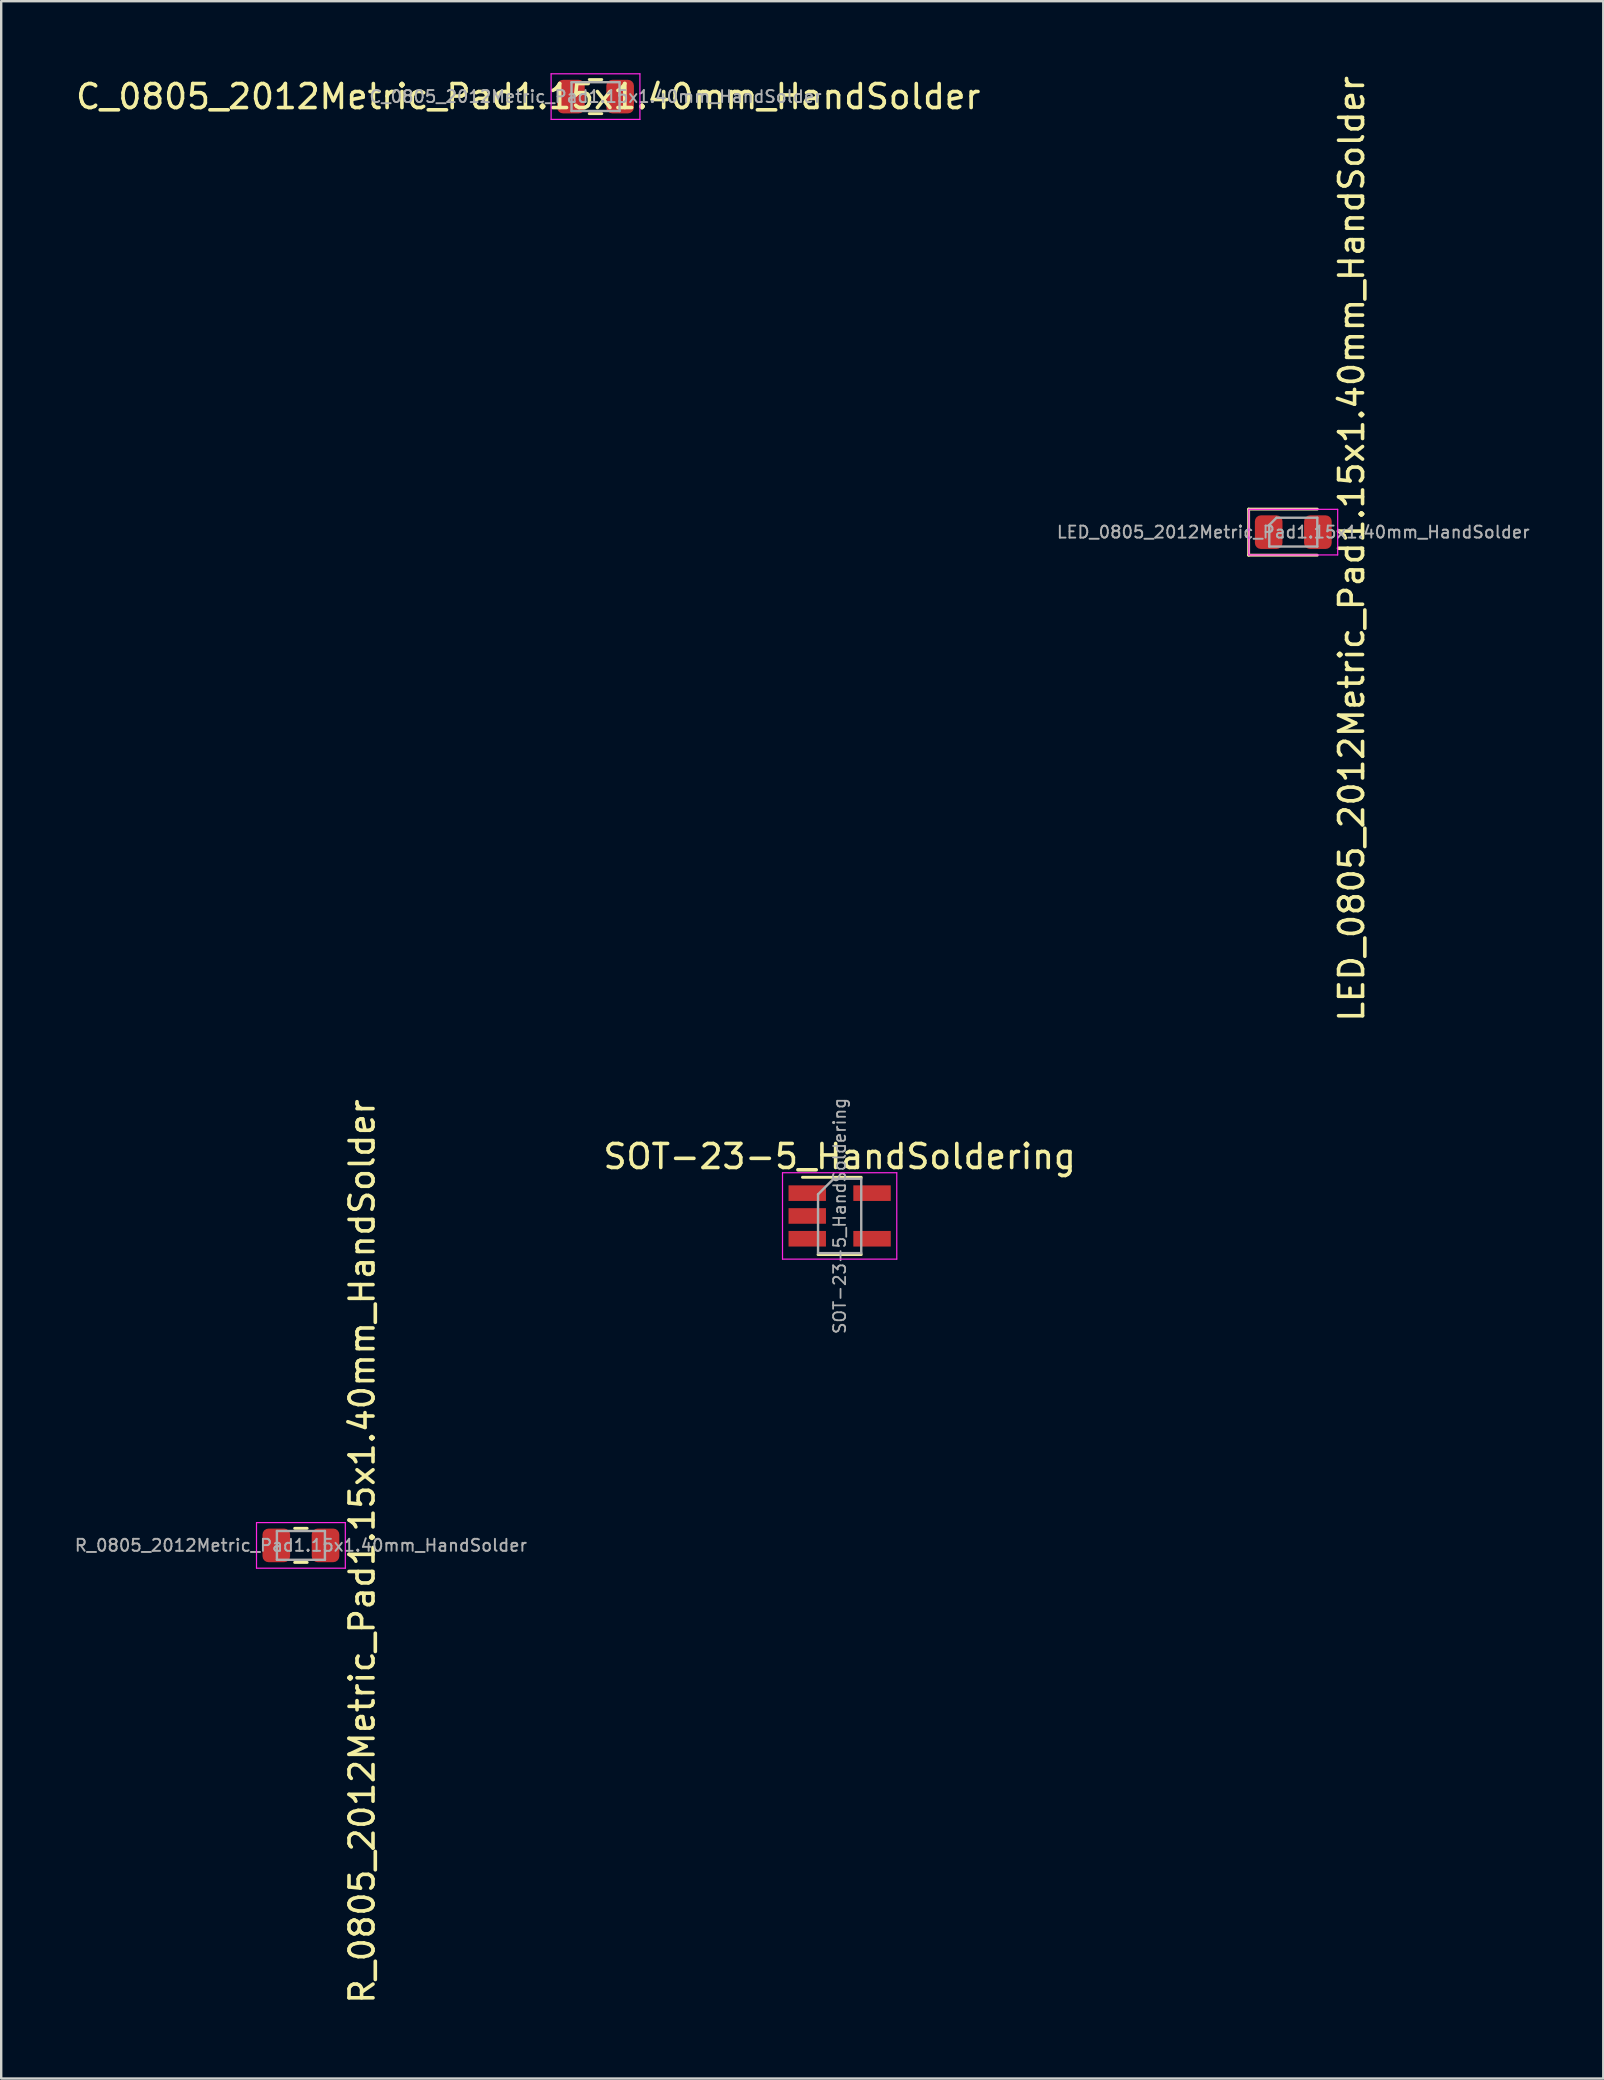
<source format=kicad_pcb>
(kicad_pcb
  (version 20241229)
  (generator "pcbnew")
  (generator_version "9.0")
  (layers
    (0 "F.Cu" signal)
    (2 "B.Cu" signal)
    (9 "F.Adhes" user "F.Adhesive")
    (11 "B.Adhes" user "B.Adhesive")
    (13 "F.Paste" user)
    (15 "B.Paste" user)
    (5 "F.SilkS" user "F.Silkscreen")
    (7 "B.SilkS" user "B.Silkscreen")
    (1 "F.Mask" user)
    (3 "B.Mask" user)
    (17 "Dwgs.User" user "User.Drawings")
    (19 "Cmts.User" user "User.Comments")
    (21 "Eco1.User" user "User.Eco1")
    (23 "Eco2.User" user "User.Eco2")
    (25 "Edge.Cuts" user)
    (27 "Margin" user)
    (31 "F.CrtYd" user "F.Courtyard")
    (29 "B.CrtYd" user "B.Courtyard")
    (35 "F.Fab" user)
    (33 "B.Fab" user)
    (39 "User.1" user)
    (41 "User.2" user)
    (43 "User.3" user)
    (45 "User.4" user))
  (footprint "R_0805_2012Metric_Pad1.15x1.40mm_HandSolder"
    (layer "F.Cu")
    (at 9.487 61.335)
    (property "Reference" "R_0805_2012Metric_Pad1.15x1.40mm_HandSolder" (at 2.549 0.254 90) (layer "F.SilkS") (effects (font (size 1 1) (thickness 0.15))))
    (attr smd)
    (fp_line (start -0.261 -0.71) (end 0.261 -0.71) (stroke (width 0.12) (type solid)) (layer "F.SilkS"))
    (fp_line (start -0.261 0.71) (end 0.261 0.71) (stroke (width 0.12) (type solid)) (layer "F.SilkS"))
    (fp_line (start -1.85 -0.95) (end 1.85 -0.95) (stroke (width 0.05) (type solid)) (layer "F.CrtYd"))
    (fp_line (start -1.85 0.95) (end -1.85 -0.95) (stroke (width 0.05) (type solid)) (layer "F.CrtYd"))
    (fp_line (start 1.85 -0.95) (end 1.85 0.95) (stroke (width 0.05) (type solid)) (layer "F.CrtYd"))
    (fp_line (start 1.85 0.95) (end -1.85 0.95) (stroke (width 0.05) (type solid)) (layer "F.CrtYd"))
    (fp_line (start -1 -0.6) (end 1 -0.6) (stroke (width 0.1) (type solid)) (layer "F.Fab"))
    (fp_line (start -1 0.6) (end -1 -0.6) (stroke (width 0.1) (type solid)) (layer "F.Fab"))
    (fp_line (start 1 -0.6) (end 1 0.6) (stroke (width 0.1) (type solid)) (layer "F.Fab"))
    (fp_line (start 1 0.6) (end -1 0.6) (stroke (width 0.1) (type solid)) (layer "F.Fab"))
    (fp_text user "${REFERENCE}" (at 0 0 0) (layer "F.Fab") (effects (font (size 0.5 0.5) (thickness 0.08))))
    (pad "1" smd roundrect (at -1.025 0) (size 1.15 1.4) (layers "F.Cu" "F.Mask" "F.Paste") (roundrect_rratio 0.217))
    (pad "2" smd roundrect (at 1.025 0) (size 1.15 1.4) (layers "F.Cu" "F.Mask" "F.Paste") (roundrect_rratio 0.217)))
  (footprint "C_0805_2012Metric_Pad1.15x1.40mm_HandSolder"
    (layer "F.Cu")
    (at 21.761 0.975)
    (property "Reference" "C_0805_2012Metric_Pad1.15x1.40mm_HandSolder" (at -2.803 0 180) (layer "F.SilkS") (effects (font (size 1 1) (thickness 0.15))))
    (attr smd)
    (fp_line (start -0.261 -0.71) (end 0.261 -0.71) (stroke (width 0.12) (type solid)) (layer "F.SilkS"))
    (fp_line (start -0.261 0.71) (end 0.261 0.71) (stroke (width 0.12) (type solid)) (layer "F.SilkS"))
    (fp_line (start -1.85 -0.95) (end 1.85 -0.95) (stroke (width 0.05) (type solid)) (layer "F.CrtYd"))
    (fp_line (start -1.85 0.95) (end -1.85 -0.95) (stroke (width 0.05) (type solid)) (layer "F.CrtYd"))
    (fp_line (start 1.85 -0.95) (end 1.85 0.95) (stroke (width 0.05) (type solid)) (layer "F.CrtYd"))
    (fp_line (start 1.85 0.95) (end -1.85 0.95) (stroke (width 0.05) (type solid)) (layer "F.CrtYd"))
    (fp_line (start -1 -0.6) (end 1 -0.6) (stroke (width 0.1) (type solid)) (layer "F.Fab"))
    (fp_line (start -1 0.6) (end -1 -0.6) (stroke (width 0.1) (type solid)) (layer "F.Fab"))
    (fp_line (start 1 -0.6) (end 1 0.6) (stroke (width 0.1) (type solid)) (layer "F.Fab"))
    (fp_line (start 1 0.6) (end -1 0.6) (stroke (width 0.1) (type solid)) (layer "F.Fab"))
    (fp_text user "${REFERENCE}" (at 0 0 0) (layer "F.Fab") (effects (font (size 0.5 0.5) (thickness 0.08))))
    (pad "1" smd roundrect (at -1.025 0) (size 1.15 1.4) (layers "F.Cu" "F.Mask" "F.Paste") (roundrect_rratio 0.217))
    (pad "2" smd roundrect (at 1.025 0) (size 1.15 1.4) (layers "F.Cu" "F.Mask" "F.Paste") (roundrect_rratio 0.217)))
  (footprint "LED_0805_2012Metric_Pad1.15x1.40mm_HandSolder"
    (layer "F.Cu")
    (at 50.832 19.121)
    (property "Reference" "LED_0805_2012Metric_Pad1.15x1.40mm_HandSolder" (at 2.431 0.694 90) (layer "F.SilkS") (effects (font (size 1 1) (thickness 0.15))))
    (attr smd)
    (fp_line (start -1.86 -0.96) (end -1.86 0.96) (stroke (width 0.12) (type solid)) (layer "F.SilkS"))
    (fp_line (start -1.86 0.96) (end 1 0.96) (stroke (width 0.12) (type solid)) (layer "F.SilkS"))
    (fp_line (start 1 -0.96) (end -1.86 -0.96) (stroke (width 0.12) (type solid)) (layer "F.SilkS"))
    (fp_line (start -1.85 -0.95) (end 1.85 -0.95) (stroke (width 0.05) (type solid)) (layer "F.CrtYd"))
    (fp_line (start -1.85 0.95) (end -1.85 -0.95) (stroke (width 0.05) (type solid)) (layer "F.CrtYd"))
    (fp_line (start 1.85 -0.95) (end 1.85 0.95) (stroke (width 0.05) (type solid)) (layer "F.CrtYd"))
    (fp_line (start 1.85 0.95) (end -1.85 0.95) (stroke (width 0.05) (type solid)) (layer "F.CrtYd"))
    (fp_line (start -1 -0.3) (end -1 0.6) (stroke (width 0.1) (type solid)) (layer "F.Fab"))
    (fp_line (start -1 0.6) (end 1 0.6) (stroke (width 0.1) (type solid)) (layer "F.Fab"))
    (fp_line (start -0.7 -0.6) (end -1 -0.3) (stroke (width 0.1) (type solid)) (layer "F.Fab"))
    (fp_line (start 1 -0.6) (end -0.7 -0.6) (stroke (width 0.1) (type solid)) (layer "F.Fab"))
    (fp_line (start 1 0.6) (end 1 -0.6) (stroke (width 0.1) (type solid)) (layer "F.Fab"))
    (fp_text user "${REFERENCE}" (at 0 0 0) (layer "F.Fab") (effects (font (size 0.5 0.5) (thickness 0.08))))
    (pad "1" smd roundrect (at -1.025 0) (size 1.15 1.4) (layers "F.Cu" "F.Mask" "F.Paste") (roundrect_rratio 0.217))
    (pad "2" smd roundrect (at 1.025 0) (size 1.15 1.4) (layers "F.Cu" "F.Mask" "F.Paste") (roundrect_rratio 0.217)))
  (footprint "SOT-23-5_HandSoldering"
    (layer "F.Cu")
    (at 31.932 47.61)
    (property "Reference" "SOT-23-5_HandSoldering" (at 0 -2.474 0) (layer "F.SilkS") (effects (font (size 1 1) (thickness 0.15))))
    (attr smd)
    (fp_line (start -0.9 1.61) (end 0.9 1.61) (stroke (width 0.12) (type solid)) (layer "F.SilkS"))
    (fp_line (start 0.9 -1.61) (end -1.55 -1.61) (stroke (width 0.12) (type solid)) (layer "F.SilkS"))
    (fp_line (start -2.38 -1.8) (end -2.38 1.8) (stroke (width 0.05) (type solid)) (layer "F.CrtYd"))
    (fp_line (start -2.38 -1.8) (end 2.38 -1.8) (stroke (width 0.05) (type solid)) (layer "F.CrtYd"))
    (fp_line (start 2.38 1.8) (end -2.38 1.8) (stroke (width 0.05) (type solid)) (layer "F.CrtYd"))
    (fp_line (start 2.38 1.8) (end 2.38 -1.8) (stroke (width 0.05) (type solid)) (layer "F.CrtYd"))
    (fp_line (start -0.9 -0.9) (end -0.9 1.55) (stroke (width 0.1) (type solid)) (layer "F.Fab"))
    (fp_line (start -0.9 -0.9) (end -0.25 -1.55) (stroke (width 0.1) (type solid)) (layer "F.Fab"))
    (fp_line (start 0.9 -1.55) (end -0.25 -1.55) (stroke (width 0.1) (type solid)) (layer "F.Fab"))
    (fp_line (start 0.9 -1.55) (end 0.9 1.55) (stroke (width 0.1) (type solid)) (layer "F.Fab"))
    (fp_line (start 0.9 1.55) (end -0.9 1.55) (stroke (width 0.1) (type solid)) (layer "F.Fab"))
    (fp_text user "${REFERENCE}" (at 0 0 90) (layer "F.Fab") (effects (font (size 0.5 0.5) (thickness 0.075))))
    (pad "1" smd rect (at -1.35 -0.95) (size 1.56 0.65) (layers "F.Cu" "F.Mask" "F.Paste"))
    (pad "2" smd rect (at -1.35 0) (size 1.56 0.65) (layers "F.Cu" "F.Mask" "F.Paste"))
    (pad "3" smd rect (at -1.35 0.95) (size 1.56 0.65) (layers "F.Cu" "F.Mask" "F.Paste"))
    (pad "4" smd rect (at 1.35 0.95) (size 1.56 0.65) (layers "F.Cu" "F.Mask" "F.Paste"))
    (pad "5" smd rect (at 1.35 -0.95) (size 1.56 0.65) (layers "F.Cu" "F.Mask" "F.Paste")))
  (gr_rect
    (start -3 -3)
    (end 63.747 83.548)
    (stroke (width 0.1) (type default))
    (fill no)
    (layer "Edge.Cuts")))
</source>
